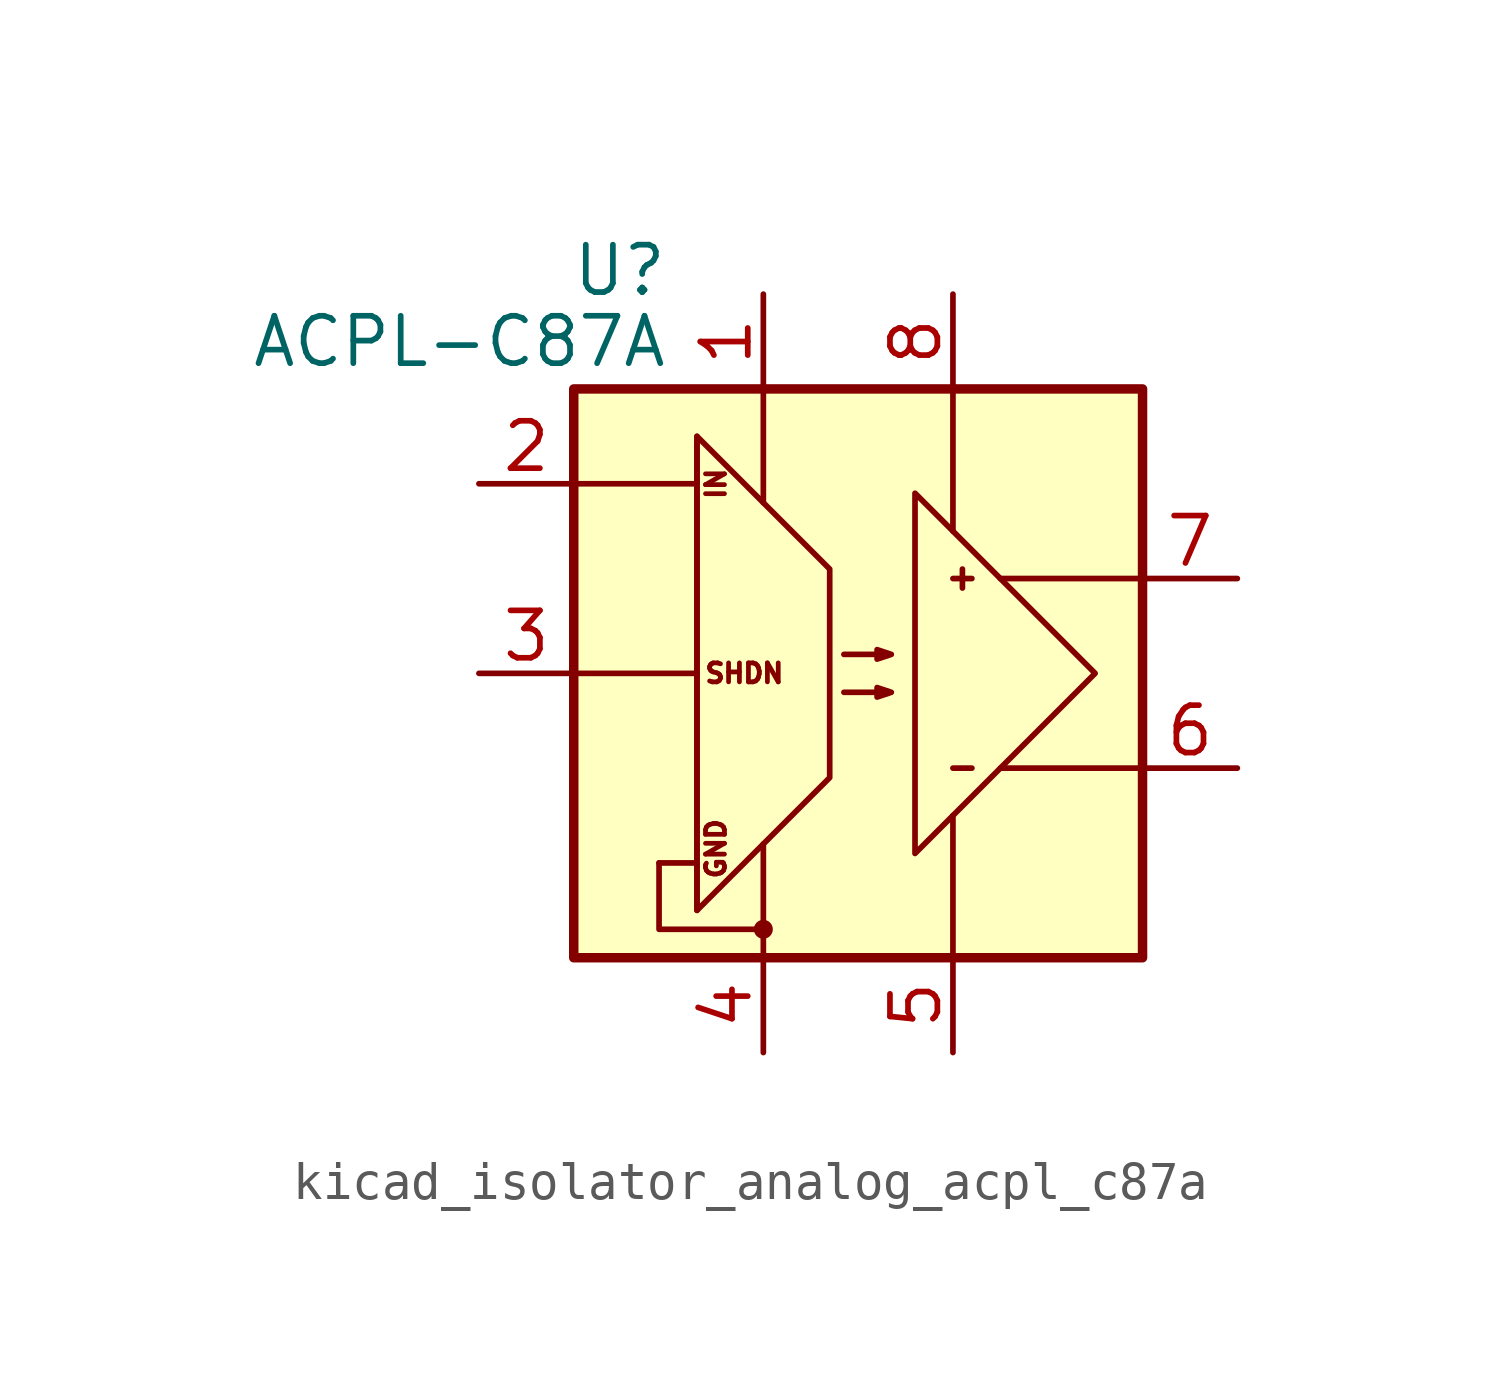
<source format=kicad_sym>
(kicad_symbol_lib
  (version 20220914)
  (generator kicad_symbol_editor)
  (symbol "kicad_isolator_analog_acpl_c87a"
    (pin_names
      (offset 0) hide)
    (property "Reference" "U"
      (at -5.08 10.795 0)
      (effects (font (size 1.27 1.27)) (justify right)))
    (property "Value" "ACPL-C87A"
      (at -5.08 8.89 0)
      (effects (font (size 1.27 1.27)) (justify right)))
    (symbol "kicad_isolator_analog_acpl_c87a_0_0"
      (circle (center -2.54 -6.858) (radius 0.178) (stroke (width 0) (type default)) (fill (type outline)))
      (polyline (pts (xy -7.62 0) (xy -4.318 0)) (stroke (width 0) (type default)) (fill (type none)))
      (polyline (pts (xy -4.318 -5.08) (xy -5.334 -5.08)) (stroke (width 0) (type default)) (fill (type none)))
      (polyline (pts (xy -5.334 -5.08) (xy -5.334 -6.858) (xy -2.54 -6.858)) (stroke (width 0) (type default)) (fill (type none)))
      (text "GND" (at -3.81 -4.699 900) (effects (font (size 0.508 0.508))))
      (text "IN" (at -3.81 5.08 900) (effects (font (size 0.508 0.508))))
      (text "SHDN" (at -3.048 0 0) (effects (font (size 0.508 0.508)))))
    (symbol "kicad_isolator_analog_acpl_c87a_0_1"
      (rectangle (start -7.62 7.62) (end 7.62 -7.62) (stroke (width 0.254) (type default)) (fill (type background)))
      (polyline (pts (xy -7.62 5.08) (xy -4.318 5.08)) (stroke (width 0) (type default)) (fill (type none)))
      (polyline (pts (xy -4.318 6.35) (xy -4.318 -6.35)) (stroke (width 0) (type default)) (fill (type none)))
      (polyline (pts (xy -2.54 -7.62) (xy -2.54 -4.572)) (stroke (width 0) (type default)) (fill (type none)))
      (polyline (pts (xy -2.54 7.62) (xy -2.54 4.572)) (stroke (width 0) (type default)) (fill (type none)))
      (polyline (pts (xy 2.54 -7.62) (xy 2.54 -3.81)) (stroke (width 0) (type default)) (fill (type none)))
      (polyline (pts (xy 2.54 7.62) (xy 2.54 3.81)) (stroke (width 0) (type default)) (fill (type none)))
      (polyline (pts (xy 2.794 2.794) (xy 2.794 2.286)) (stroke (width 0) (type default)) (fill (type none)))
      (polyline (pts (xy 3.048 -2.54) (xy 2.54 -2.54)) (stroke (width 0) (type default)) (fill (type none)))
      (polyline (pts (xy 3.048 2.54) (xy 2.54 2.54)) (stroke (width 0) (type default)) (fill (type none)))
      (polyline (pts (xy 7.62 -2.54) (xy 3.81 -2.54)) (stroke (width 0) (type default)) (fill (type none)))
      (polyline (pts (xy 7.62 2.54) (xy 3.81 2.54)) (stroke (width 0) (type default)) (fill (type none)))
      (polyline (pts (xy 6.35 0) (xy 1.524 -4.826) (xy 1.524 4.826) (xy 6.35 0)) (stroke (width 0) (type default)) (fill (type none)))
      (polyline (pts (xy -4.318 -6.35) (xy -0.762 -2.794) (xy -0.762 2.794) (xy -4.318 6.35) (xy -4.318 -6.35)) (stroke (width 0) (type default)) (fill (type none)))
      (polyline (pts (xy -0.381 -0.508) (xy 0.889 -0.508) (xy 0.508 -0.635) (xy 0.508 -0.381) (xy 0.889 -0.508)) (stroke (width 0) (type default)) (fill (type none)))
      (polyline (pts (xy -0.381 0.508) (xy 0.889 0.508) (xy 0.508 0.381) (xy 0.508 0.635) (xy 0.889 0.508)) (stroke (width 0) (type default)) (fill (type none))))
    (symbol "kicad_isolator_analog_acpl_c87a_1_1"
      (pin power_in line (at -2.54 10.16 270) (length 2.54) (name "VDD1" (effects (font (size 1.27 1.27)))) (number "1" (effects (font (size 1.27 1.27)))))
      (pin input line (at -10.16 5.08 0) (length 2.54) (name "IN" (effects (font (size 1.27 1.27)))) (number "2" (effects (font (size 1.27 1.27)))))
      (pin input line (at -10.16 0 0) (length 2.54) (name "IN-" (effects (font (size 1.27 1.27)))) (number "3" (effects (font (size 1.27 1.27)))))
      (pin power_in line (at -2.54 -10.16 90) (length 2.54) (name "GND1" (effects (font (size 1.27 1.27)))) (number "4" (effects (font (size 1.27 1.27)))))
      (pin power_in line (at 2.54 -10.16 90) (length 2.54) (name "GND2" (effects (font (size 1.27 1.27)))) (number "5" (effects (font (size 1.27 1.27)))))
      (pin output line (at 10.16 -2.54 180) (length 2.54) (name "OUT-" (effects (font (size 1.27 1.27)))) (number "6" (effects (font (size 1.27 1.27)))))
      (pin output line (at 10.16 2.54 180) (length 2.54) (name "OUT+" (effects (font (size 1.27 1.27)))) (number "7" (effects (font (size 1.27 1.27)))))
      (pin power_in line (at 2.54 10.16 270) (length 2.54) (name "VDD2" (effects (font (size 1.27 1.27)))) (number "8" (effects (font (size 1.27 1.27))))))))
</source>
